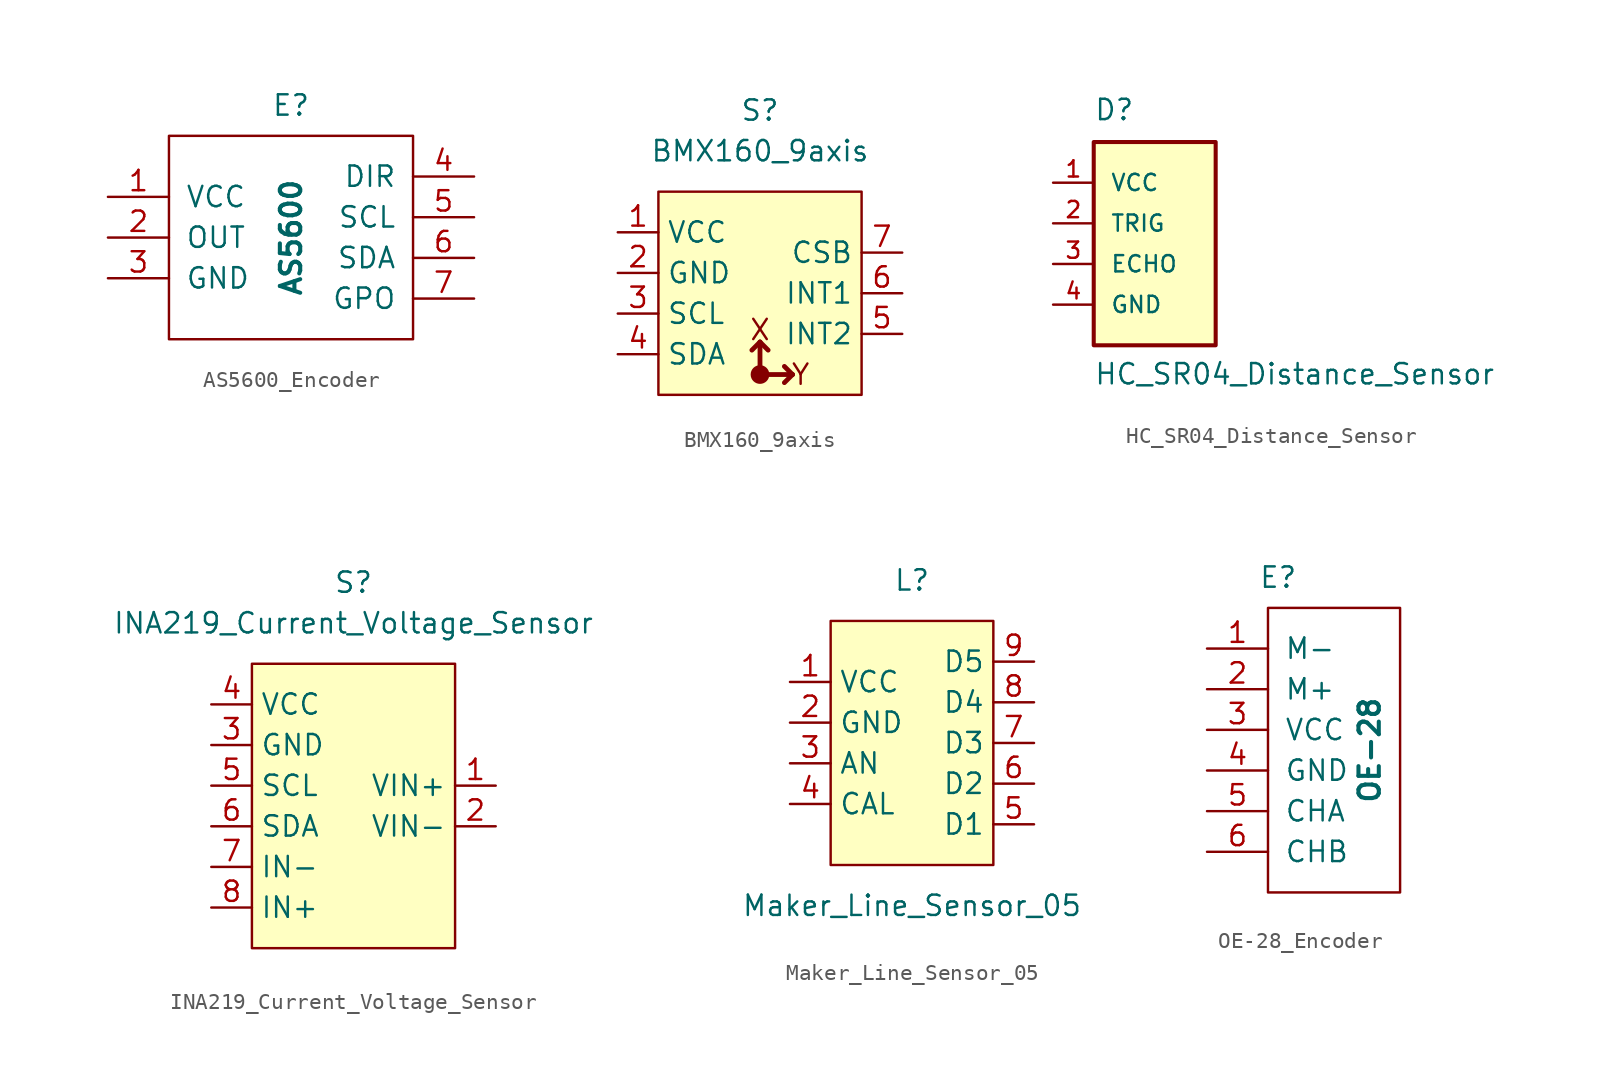
<source format=kicad_sym>
(kicad_symbol_lib
  (version 20231120)
  (generator "kicad_symbol_editor")
  (generator_version "8.0")
  (symbol "AS5600_Encoder"
    (pin_names
      (offset 1.016))
    (property "Reference" "E"
      (at 0 8.255 0)
      (effects (font (size 1.27 1.27))))
    (property "Value" "AS5600"
      (at 0 0 90)
      (do_not_autoplace)
      (effects (font (size 1.27 1.27) (bold yes))))
    (symbol "AS5600_Encoder_0_0"
      (pin power_in line (at -11.43 2.54 0) (length 3.81) (name "VCC" (effects (font (size 1.27 1.27)))) (number "1" (effects (font (size 1.27 1.27)))))
      (pin output line (at -11.43 0 0) (length 3.81) (name "OUT" (effects (font (size 1.27 1.27)))) (number "2" (effects (font (size 1.27 1.27)))))
      (pin power_in line (at -11.43 -2.54 0) (length 3.81) (name "GND" (effects (font (size 1.27 1.27)))) (number "3" (effects (font (size 1.27 1.27)))))
      (pin input line (at 11.43 3.81 180) (length 3.81) (name "DIR" (effects (font (size 1.27 1.27)))) (number "4" (effects (font (size 1.27 1.27)))))
      (pin bidirectional line (at 11.43 1.27 180) (length 3.81) (name "SCL" (effects (font (size 1.27 1.27)))) (number "5" (effects (font (size 1.27 1.27)))))
      (pin bidirectional line (at 11.43 -1.27 180) (length 3.81) (name "SDA" (effects (font (size 1.27 1.27)))) (number "6" (effects (font (size 1.27 1.27)))))
      (pin input line (at 11.43 -3.81 180) (length 3.81) (name "GPO" (effects (font (size 1.27 1.27)))) (number "7" (effects (font (size 1.27 1.27))))))
    (symbol "AS5600_Encoder_0_1"
      (rectangle (start -7.62 6.35) (end 7.62 -6.35) (stroke (width 0) (type default)) (fill (type none)))))
  (symbol "BMX160_9axis"
    (property "Reference" "S"
      (at 0 11.43 0)
      (effects (font (size 1.27 1.27))))
    (property "Value" "BMX160_9axis"
      (at 0 8.89 0)
      (effects (font (size 1.27 1.27))))
    (symbol "BMX160_9axis_0_0"
      (circle (center 0 -5.08) (radius 0.508) (stroke (width 0) (type default)) (fill (type outline)))
      (text "X" (at 0 -2.286 0) (effects (font (size 1.27 1.27))))
      (text "Y" (at 2.54 -5.08 0) (effects (font (size 1.27 1.27)))))
    (symbol "BMX160_9axis_0_1"
      (polyline (pts (xy 0 -3.048) (xy -0.508 -3.556)) (stroke (width 0.3) (type default)) (fill (type none)))
      (polyline (pts (xy 0 -3.048) (xy 0.508 -3.556)) (stroke (width 0.3) (type default)) (fill (type none)))
      (polyline (pts (xy 2.032 -5.08) (xy 1.524 -5.588)) (stroke (width 0.3) (type default)) (fill (type none)))
      (polyline (pts (xy 2.032 -5.08) (xy 1.524 -4.572)) (stroke (width 0.3) (type default)) (fill (type none)))
      (polyline (pts (xy 0 -3.048) (xy 0 -5.08) (xy 2.032 -5.08)) (stroke (width 0.3) (type default)) (fill (type none))))
    (symbol "BMX160_9axis_1_1"
      (rectangle (start -6.35 6.35) (end 6.35 -6.35) (stroke (width 0) (type default)) (fill (type background)))
      (pin power_in line (at -8.89 3.81 0) (length 2.54) (name "VCC" (effects (font (size 1.27 1.27)))) (number "1" (effects (font (size 1.27 1.27)))))
      (pin power_in line (at -8.89 1.27 0) (length 2.54) (name "GND" (effects (font (size 1.27 1.27)))) (number "2" (effects (font (size 1.27 1.27)))))
      (pin bidirectional line (at -8.89 -1.27 0) (length 2.54) (name "SCL" (effects (font (size 1.27 1.27)))) (number "3" (effects (font (size 1.27 1.27)))))
      (pin bidirectional line (at -8.89 -3.81 0) (length 2.54) (name "SDA" (effects (font (size 1.27 1.27)))) (number "4" (effects (font (size 1.27 1.27)))))
      (pin bidirectional line (at 8.89 -2.54 180) (length 2.54) (name "INT2" (effects (font (size 1.27 1.27)))) (number "5" (effects (font (size 1.27 1.27)))))
      (pin bidirectional line (at 8.89 0 180) (length 2.54) (name "INT1" (effects (font (size 1.27 1.27)))) (number "6" (effects (font (size 1.27 1.27)))))
      (pin input line (at 8.89 2.54 180) (length 2.54) (name "CSB" (effects (font (size 1.27 1.27)))) (number "7" (effects (font (size 1.27 1.27)))))))
  (symbol "HC_SR04_Distance_Sensor"
    (pin_names
      (offset 1.016))
    (property "Reference" "D"
      (at -3.81 7.62 0)
      (effects (font (size 1.27 1.27)) (justify left bottom)))
    (property "Value" "HC_SR04_Distance_Sensor"
      (at -3.81 -8.893 0)
      (effects (font (size 1.27 1.27)) (justify left bottom)))
    (symbol "HC_SR04_Distance_Sensor_0_0"
      (rectangle (start -3.81 6.35) (end 3.81 -6.35) (stroke (width 0.254) (type default)) (fill (type background))))
    (symbol "HC_SR04_Distance_Sensor_1_0"
      (pin power_in line (at -6.35 3.81 0) (length 2.54) (name "VCC" (effects (font (size 1.016 1.016)))) (number "1" (effects (font (size 1.016 1.016)))))
      (pin bidirectional line (at -6.35 1.27 0) (length 2.54) (name "TRIG" (effects (font (size 1.016 1.016)))) (number "2" (effects (font (size 1.016 1.016)))))
      (pin bidirectional line (at -6.35 -1.27 0) (length 2.54) (name "ECHO" (effects (font (size 1.016 1.016)))) (number "3" (effects (font (size 1.016 1.016)))))
      (pin power_in line (at -6.35 -3.81 0) (length 2.54) (name "GND" (effects (font (size 1.016 1.016)))) (number "4" (effects (font (size 1.016 1.016)))))))
  (symbol "INA219_Current_Voltage_Sensor"
    (property "Reference" "S"
      (at 0 13.97 0)
      (effects (font (size 1.27 1.27))))
    (property "Value" "INA219_Current_Voltage_Sensor"
      (at 0 11.43 0)
      (effects (font (size 1.27 1.27))))
    (symbol "INA219_Current_Voltage_Sensor_1_1"
      (rectangle (start -6.35 8.89) (end 6.35 -8.89) (stroke (width 0) (type default)) (fill (type background)))
      (pin input line (at 8.89 1.27 180) (length 2.54) (name "VIN+" (effects (font (size 1.27 1.27)))) (number "1" (effects (font (size 1.27 1.27)))))
      (pin input line (at 8.89 -1.27 180) (length 2.54) (name "VIN-" (effects (font (size 1.27 1.27)))) (number "2" (effects (font (size 1.27 1.27)))))
      (pin power_in line (at -8.89 3.81 0) (length 2.54) (name "GND" (effects (font (size 1.27 1.27)))) (number "3" (effects (font (size 1.27 1.27)))))
      (pin power_in line (at -8.89 6.35 0) (length 2.54) (name "VCC" (effects (font (size 1.27 1.27)))) (number "4" (effects (font (size 1.27 1.27)))))
      (pin output line (at -8.89 1.27 0) (length 2.54) (name "SCL" (effects (font (size 1.27 1.27)))) (number "5" (effects (font (size 1.27 1.27)))))
      (pin output line (at -8.89 -1.27 0) (length 2.54) (name "SDA" (effects (font (size 1.27 1.27)))) (number "6" (effects (font (size 1.27 1.27)))))
      (pin input line (at -8.89 -3.81 0) (length 2.54) (name "IN-" (effects (font (size 1.27 1.27)))) (number "7" (effects (font (size 1.27 1.27)))))
      (pin output line (at -8.89 -6.35 0) (length 2.54) (name "IN+" (effects (font (size 1.27 1.27)))) (number "8" (effects (font (size 1.27 1.27)))))))
  (symbol "Maker_Line_Sensor_05"
    (property "Reference" "L"
      (at 0 10.16 0)
      (effects (font (size 1.27 1.27))))
    (property "Value" "Maker_Line_Sensor_05"
      (at 0 -10.16 0)
      (effects (font (size 1.27 1.27))))
    (symbol "Maker_Line_Sensor_05_0_0"
      (pin power_in line (at -7.62 3.81 0) (length 2.54) (name "VCC" (effects (font (size 1.27 1.27)))) (number "1" (effects (font (size 1.27 1.27)))))
      (pin output line (at -7.62 -1.27 0) (length 2.54) (name "AN" (effects (font (size 1.27 1.27)))) (number "3" (effects (font (size 1.27 1.27)))))
      (pin output line (at -7.62 -3.81 0) (length 2.54) (name "CAL" (effects (font (size 1.27 1.27)))) (number "4" (effects (font (size 1.27 1.27)))))
      (pin output line (at 7.62 -5.08 180) (length 2.54) (name "D1" (effects (font (size 1.27 1.27)))) (number "5" (effects (font (size 1.27 1.27)))))
      (pin output line (at 7.62 -2.54 180) (length 2.54) (name "D2" (effects (font (size 1.27 1.27)))) (number "6" (effects (font (size 1.27 1.27)))))
      (pin output line (at 7.62 0 180) (length 2.54) (name "D3" (effects (font (size 1.27 1.27)))) (number "7" (effects (font (size 1.27 1.27)))))
      (pin unspecified line (at 7.62 2.54 180) (length 2.54) (name "D4" (effects (font (size 1.27 1.27)))) (number "8" (effects (font (size 1.27 1.27)))))
      (pin unspecified line (at 7.62 5.08 180) (length 2.54) (name "D5" (effects (font (size 1.27 1.27)))) (number "9" (effects (font (size 1.27 1.27))))))
    (symbol "Maker_Line_Sensor_05_1_0"
      (pin power_in line (at -7.62 1.27 0) (length 2.54) (name "GND" (effects (font (size 1.27 1.27)))) (number "2" (effects (font (size 1.27 1.27))))))
    (symbol "Maker_Line_Sensor_05_1_1"
      (rectangle (start -5.08 7.62) (end 5.08 -7.62) (stroke (width 0) (type default)) (fill (type background)))))
  (symbol "OE-28_Encoder"
    (pin_names
      (offset 1.016))
    (property "Reference" "E"
      (at -3.81 10.795 0)
      (effects (font (size 1.27 1.27))))
    (property "Value" "OE-28"
      (at 1.905 0 90)
      (do_not_autoplace)
      (effects (font (size 1.27 1.27) (bold yes))))
    (symbol "OE-28_Encoder_0_0"
      (pin output line (at -8.255 6.35 0) (length 3.81) (name "M-" (effects (font (size 1.27 1.27)))) (number "1" (effects (font (size 1.27 1.27)))))
      (pin output line (at -8.255 3.81 0) (length 3.81) (name "M+" (effects (font (size 1.27 1.27)))) (number "2" (effects (font (size 1.27 1.27)))))
      (pin power_in line (at -8.255 1.27 0) (length 3.81) (name "VCC" (effects (font (size 1.27 1.27)))) (number "3" (effects (font (size 1.27 1.27)))))
      (pin power_in line (at -8.255 -1.27 0) (length 3.81) (name "GND" (effects (font (size 1.27 1.27)))) (number "4" (effects (font (size 1.27 1.27)))))
      (pin input line (at -8.255 -3.81 0) (length 3.81) (name "CHA" (effects (font (size 1.27 1.27)))) (number "5" (effects (font (size 1.27 1.27)))))
      (pin input line (at -8.255 -6.35 0) (length 3.81) (name "CHB" (effects (font (size 1.27 1.27)))) (number "6" (effects (font (size 1.27 1.27))))))
    (symbol "OE-28_Encoder_0_1"
      (rectangle (start -4.445 8.89) (end 3.81 -8.89) (stroke (width 0) (type default)) (fill (type none))))))
</source>
